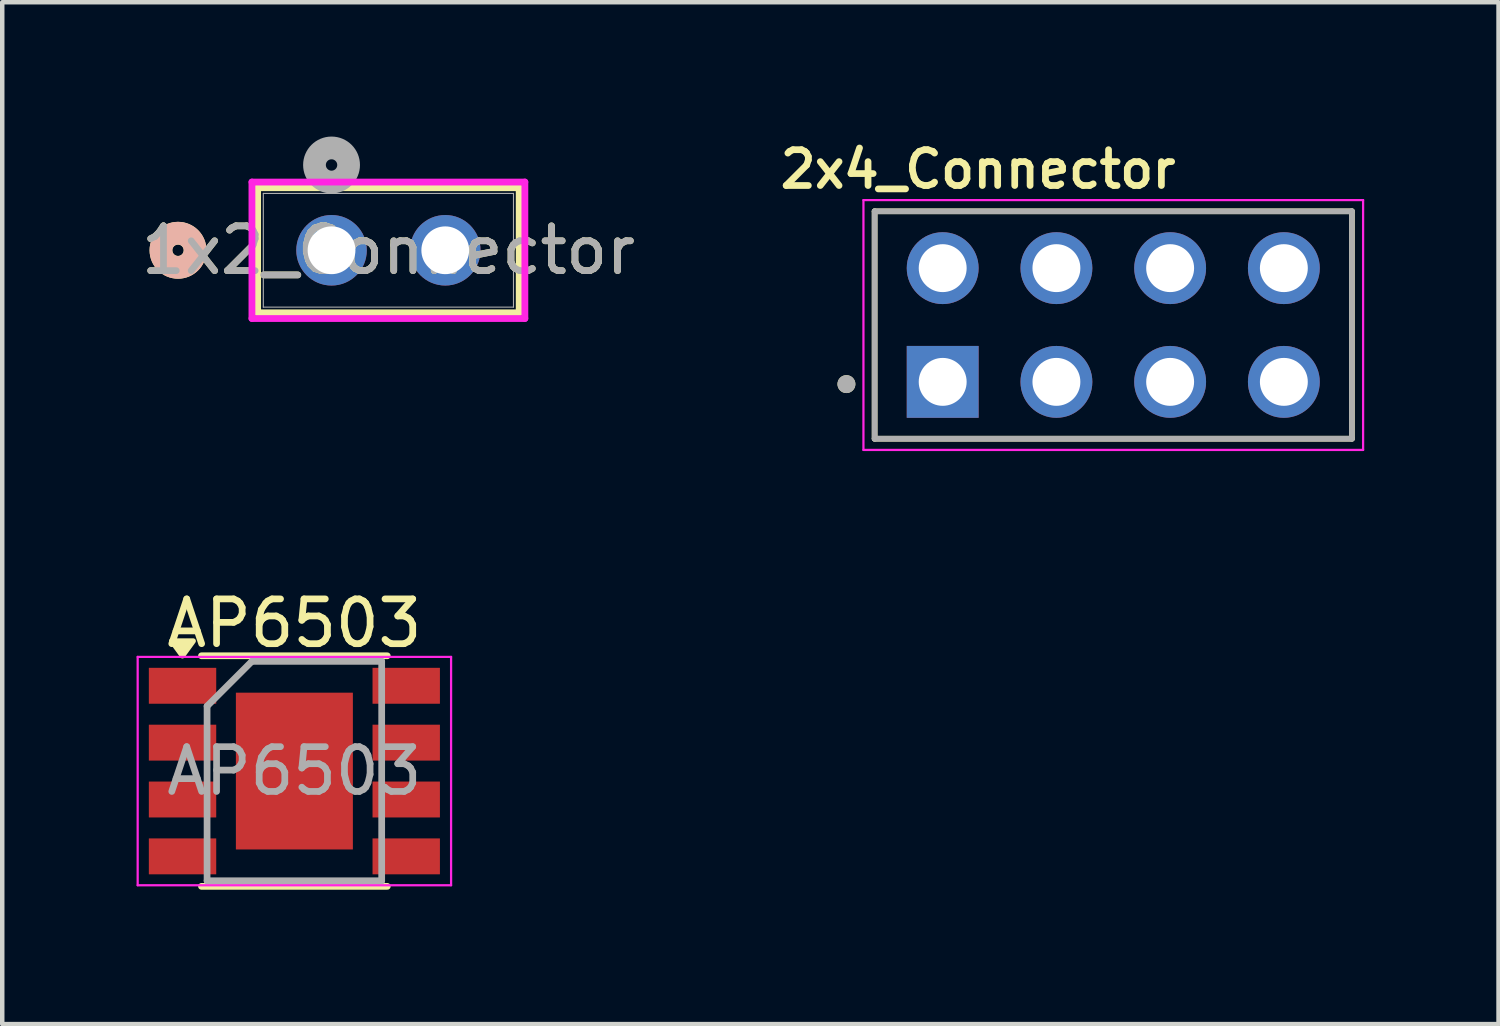
<source format=kicad_pcb>
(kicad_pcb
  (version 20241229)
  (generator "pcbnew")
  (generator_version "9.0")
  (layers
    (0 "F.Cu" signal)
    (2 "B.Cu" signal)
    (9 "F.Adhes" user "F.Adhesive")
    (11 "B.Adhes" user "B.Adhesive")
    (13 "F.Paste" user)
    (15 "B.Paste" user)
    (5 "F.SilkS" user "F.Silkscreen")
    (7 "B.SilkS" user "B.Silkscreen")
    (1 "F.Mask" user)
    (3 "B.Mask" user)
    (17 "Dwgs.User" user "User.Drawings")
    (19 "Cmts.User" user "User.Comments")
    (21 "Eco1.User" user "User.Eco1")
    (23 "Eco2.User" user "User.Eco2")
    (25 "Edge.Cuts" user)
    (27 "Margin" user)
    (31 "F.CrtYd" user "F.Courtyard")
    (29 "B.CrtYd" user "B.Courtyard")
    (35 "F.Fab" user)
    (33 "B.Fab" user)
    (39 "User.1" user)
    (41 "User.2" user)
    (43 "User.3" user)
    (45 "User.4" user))
  (footprint "2x4_Connector"
    (layer "F.Cu")
    (at 18.015 5.509)
    (property "Reference" "2x4_Connector" (at 0.78 -4.778 0) (layer "F.SilkS") (effects (font (size 0.8 0.8) (thickness 0.15))))
    (attr through_hole)
    (fp_line (start -1.53 -3.84) (end -1.53 1.24) (stroke (width 0.127) (type solid)) (layer "F.SilkS"))
    (fp_line (start -1.53 1.24) (end 9.13 1.24) (stroke (width 0.127) (type solid)) (layer "F.SilkS"))
    (fp_line (start 9.13 -3.84) (end -1.53 -3.84) (stroke (width 0.127) (type solid)) (layer "F.SilkS"))
    (fp_line (start 9.13 1.24) (end 9.13 -3.84) (stroke (width 0.127) (type solid)) (layer "F.SilkS"))
    (fp_circle (center -2.16 0.02) (end -2.06 0.02) (stroke (width 0.2) (type solid)) (fill no) (layer "F.SilkS"))
    (fp_line (start -1.78 -4.09) (end -1.78 1.49) (stroke (width 0.05) (type solid)) (layer "F.CrtYd"))
    (fp_line (start -1.78 1.49) (end 9.38 1.49) (stroke (width 0.05) (type solid)) (layer "F.CrtYd"))
    (fp_line (start 9.38 -4.09) (end -1.78 -4.09) (stroke (width 0.05) (type solid)) (layer "F.CrtYd"))
    (fp_line (start 9.38 1.49) (end 9.38 -4.09) (stroke (width 0.05) (type solid)) (layer "F.CrtYd"))
    (fp_line (start -1.53 -3.84) (end -1.53 1.24) (stroke (width 0.127) (type solid)) (layer "F.Fab"))
    (fp_line (start -1.53 1.24) (end 9.13 1.24) (stroke (width 0.127) (type solid)) (layer "F.Fab"))
    (fp_line (start 9.13 -3.84) (end -1.53 -3.84) (stroke (width 0.127) (type solid)) (layer "F.Fab"))
    (fp_line (start 9.13 1.24) (end 9.13 -3.84) (stroke (width 0.127) (type solid)) (layer "F.Fab"))
    (fp_circle (center -2.16 0.02) (end -2.06 0.02) (stroke (width 0.2) (type solid)) (fill no) (layer "F.Fab"))
    (pad "1" thru_hole rect (at -0.01 -0.03) (size 1.605 1.605) (drill 1.07) (layers "*.Cu" "*.Mask"))
    (pad "2" thru_hole circle (at -0.01 -2.57) (size 1.605 1.605) (drill 1.07) (layers "*.Cu" "*.Mask"))
    (pad "3" thru_hole circle (at 2.53 -0.03) (size 1.605 1.605) (drill 1.07) (layers "*.Cu" "*.Mask"))
    (pad "4" thru_hole circle (at 2.53 -2.57) (size 1.605 1.605) (drill 1.07) (layers "*.Cu" "*.Mask"))
    (pad "5" thru_hole circle (at 5.07 -0.03) (size 1.605 1.605) (drill 1.07) (layers "*.Cu" "*.Mask"))
    (pad "6" thru_hole circle (at 5.07 -2.57) (size 1.605 1.605) (drill 1.07) (layers "*.Cu" "*.Mask"))
    (pad "7" thru_hole circle (at 7.61 -0.03) (size 1.605 1.605) (drill 1.07) (layers "*.Cu" "*.Mask"))
    (pad "8" thru_hole circle (at 7.61 -2.57) (size 1.605 1.605) (drill 1.07) (layers "*.Cu" "*.Mask")))
  (footprint "AP6503"
    (layer "F.Cu")
    (at 3.525 14.172)
    (property "Reference" "AP6503" (at 0 -3.3 0) (layer "F.SilkS") (effects (font (size 1 1) (thickness 0.15))))
    (attr smd)
    (fp_line (start -2.075 -2.575) (end 2.075 -2.575) (stroke (width 0.15) (type solid)) (layer "F.SilkS"))
    (fp_line (start -2.075 2.575) (end 2.075 2.575) (stroke (width 0.15) (type solid)) (layer "F.SilkS"))
    (fp_poly (pts (xy -2.5 -2.575) (xy -2.74 -2.905) (xy -2.26 -2.905) (xy -2.5 -2.575)) (stroke (width 0.12) (type solid)) (fill yes) (layer "F.SilkS"))
    (fp_line (start -3.5 -2.55) (end -3.5 2.55) (stroke (width 0.05) (type solid)) (layer "F.CrtYd"))
    (fp_line (start -3.5 -2.55) (end 3.5 -2.55) (stroke (width 0.05) (type solid)) (layer "F.CrtYd"))
    (fp_line (start -3.5 2.55) (end 3.5 2.55) (stroke (width 0.05) (type solid)) (layer "F.CrtYd"))
    (fp_line (start 3.5 -2.55) (end 3.5 2.55) (stroke (width 0.05) (type solid)) (layer "F.CrtYd"))
    (fp_line (start -1.95 -1.45) (end -0.95 -2.45) (stroke (width 0.15) (type solid)) (layer "F.Fab"))
    (fp_line (start -1.95 2.45) (end -1.95 -1.45) (stroke (width 0.15) (type solid)) (layer "F.Fab"))
    (fp_line (start -0.95 -2.45) (end 1.95 -2.45) (stroke (width 0.15) (type solid)) (layer "F.Fab"))
    (fp_line (start 1.95 -2.45) (end 1.95 2.45) (stroke (width 0.15) (type solid)) (layer "F.Fab"))
    (fp_line (start 1.95 2.45) (end -1.95 2.45) (stroke (width 0.15) (type solid)) (layer "F.Fab"))
    (fp_text user "${REFERENCE}" (at 0 0 0) (layer "F.Fab") (effects (font (size 1 1) (thickness 0.15))))
    (pad "1" smd rect (at -2.498 -1.905) (size 1.505 0.802) (layers "F.Cu" "F.Mask" "F.Paste"))
    (pad "2" smd rect (at -2.498 -0.635) (size 1.505 0.802) (layers "F.Cu" "F.Mask" "F.Paste"))
    (pad "3" smd rect (at -2.498 0.635) (size 1.505 0.802) (layers "F.Cu" "F.Mask" "F.Paste"))
    (pad "4" smd rect (at -2.498 1.905) (size 1.505 0.802) (layers "F.Cu" "F.Mask" "F.Paste"))
    (pad "5" smd rect (at 2.498 1.905) (size 1.505 0.802) (layers "F.Cu" "F.Mask" "F.Paste"))
    (pad "6" smd rect (at 2.498 0.635) (size 1.505 0.802) (layers "F.Cu" "F.Mask" "F.Paste"))
    (pad "7" smd rect (at 2.498 -0.635) (size 1.505 0.802) (layers "F.Cu" "F.Mask" "F.Paste"))
    (pad "8" smd rect (at 2.498 -1.905) (size 1.505 0.802) (layers "F.Cu" "F.Mask" "F.Paste"))
    (pad "9" smd rect (at 0 0) (size 2.613 3.502) (layers "F.Cu" "F.Mask" "F.Paste")))
  (footprint "1x2_Connector"
    (layer "F.Cu")
    (at 4.355 2.54)
    (property "Reference" "1x2_Connector" (at 1.27 0 0) (unlocked yes) (layer "F.SilkS") (effects (font (size 1 1) (thickness 0.15))))
    (attr through_hole)
    (fp_line (start -1.651 -1.397) (end -1.651 1.397) (stroke (width 0.152) (type solid)) (layer "F.SilkS"))
    (fp_line (start -1.651 1.397) (end 4.191 1.397) (stroke (width 0.152) (type solid)) (layer "F.SilkS"))
    (fp_line (start 4.191 -1.397) (end -1.651 -1.397) (stroke (width 0.152) (type solid)) (layer "F.SilkS"))
    (fp_line (start 4.191 1.397) (end 4.191 -1.397) (stroke (width 0.152) (type solid)) (layer "F.SilkS"))
    (fp_circle (center -3.429 0) (end -3.048 0) (stroke (width 0.508) (type solid)) (fill no) (layer "F.SilkS"))
    (fp_circle (center -3.429 0) (end -3.048 0) (stroke (width 0.508) (type solid)) (fill no) (layer "B.SilkS"))
    (fp_line (start -1.778 -1.524) (end -1.778 1.524) (stroke (width 0.152) (type solid)) (layer "F.CrtYd"))
    (fp_line (start -1.778 1.524) (end 4.318 1.524) (stroke (width 0.152) (type solid)) (layer "F.CrtYd"))
    (fp_line (start 4.318 -1.524) (end -1.778 -1.524) (stroke (width 0.152) (type solid)) (layer "F.CrtYd"))
    (fp_line (start 4.318 1.524) (end 4.318 -1.524) (stroke (width 0.152) (type solid)) (layer "F.CrtYd"))
    (fp_line (start -1.524 -1.27) (end -1.524 1.27) (stroke (width 0.025) (type solid)) (layer "F.Fab"))
    (fp_line (start -1.524 1.27) (end 4.064 1.27) (stroke (width 0.025) (type solid)) (layer "F.Fab"))
    (fp_line (start 4.064 -1.27) (end -1.524 -1.27) (stroke (width 0.025) (type solid)) (layer "F.Fab"))
    (fp_line (start 4.064 1.27) (end 4.064 -1.27) (stroke (width 0.025) (type solid)) (layer "F.Fab"))
    (fp_circle (center 0 -1.905) (end 0.381 -1.905) (stroke (width 0.508) (type solid)) (fill no) (layer "F.Fab"))
    (fp_text user "${REFERENCE}" (at 1.27 0 0) (unlocked yes) (layer "F.Fab") (effects (font (size 1 1) (thickness 0.15))))
    (pad "1" thru_hole circle (at 0 0) (size 1.575 1.575) (drill 1.067) (layers "*.Cu" "*.Mask"))
    (pad "2" thru_hole circle (at 2.54 0) (size 1.575 1.575) (drill 1.067) (layers "*.Cu" "*.Mask")))
  (gr_rect
    (start -3 -3)
    (end 30.42 19.823)
    (stroke (width 0.1) (type default))
    (fill no)
    (layer "Edge.Cuts")))
</source>
